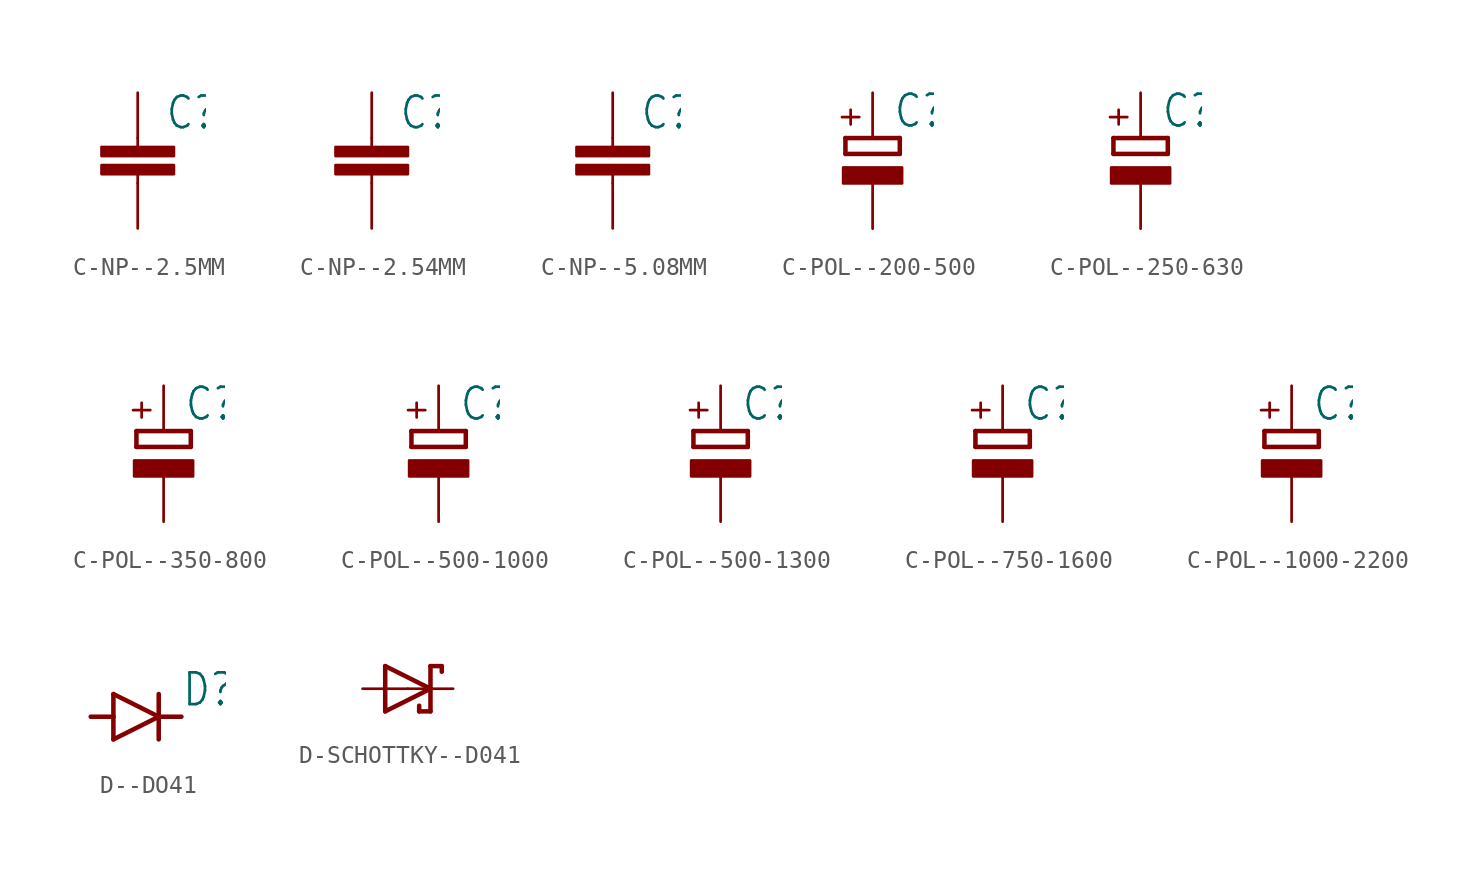
<source format=kicad_sym>
(kicad_symbol_lib
  (version 20231120)
  (generator "kicad_symbol_editor")
  (generator_version "8.0")
  (symbol "C-NP--2.5MM"
    (property "Reference" "C"
      (at 1.524 0.381 0)
      (effects (font (size 1.778 1.511)) (justify left bottom)))
    (property "Value" ""
      (at 1.524 -4.699 0)
      (effects (font (size 1.778 1.511)) (justify left bottom)))
    (property "ki_locked" ""
      (at 0 0 0)
      (effects (font (size 1.27 1.27))))
    (symbol "C-NP--2.5MM_1_0"
      (rectangle (start -2.032 -2.032) (end 2.032 -1.524) (stroke (width 0) (type default)) (fill (type outline)))
      (rectangle (start -2.032 -1.016) (end 2.032 -0.508) (stroke (width 0) (type default)) (fill (type outline)))
      (polyline (pts (xy 0 -2.54) (xy 0 -2.032)) (stroke (width 0.152) (type solid)) (fill (type none)))
      (polyline (pts (xy 0 0) (xy 0 -0.508)) (stroke (width 0.152) (type solid)) (fill (type none)))
      (pin passive line (at 0 2.54 270) (length 2.54) (name "1" (effects (font (size 0 0)))) (number "1" (effects (font (size 0 0)))))
      (pin passive line (at 0 -5.08 90) (length 2.54) (name "2" (effects (font (size 0 0)))) (number "2" (effects (font (size 0 0)))))))
  (symbol "C-NP--2.54MM"
    (property "Reference" "C"
      (at 1.524 0.381 0)
      (effects (font (size 1.778 1.511)) (justify left bottom)))
    (property "Value" ""
      (at 1.524 -4.699 0)
      (effects (font (size 1.778 1.511)) (justify left bottom)))
    (property "ki_locked" ""
      (at 0 0 0)
      (effects (font (size 1.27 1.27))))
    (symbol "C-NP--2.54MM_1_0"
      (rectangle (start -2.032 -2.032) (end 2.032 -1.524) (stroke (width 0) (type default)) (fill (type outline)))
      (rectangle (start -2.032 -1.016) (end 2.032 -0.508) (stroke (width 0) (type default)) (fill (type outline)))
      (polyline (pts (xy 0 -2.54) (xy 0 -2.032)) (stroke (width 0.152) (type solid)) (fill (type none)))
      (polyline (pts (xy 0 0) (xy 0 -0.508)) (stroke (width 0.152) (type solid)) (fill (type none)))
      (pin passive line (at 0 2.54 270) (length 2.54) (name "1" (effects (font (size 0 0)))) (number "1" (effects (font (size 0 0)))))
      (pin passive line (at 0 -5.08 90) (length 2.54) (name "2" (effects (font (size 0 0)))) (number "2" (effects (font (size 0 0)))))))
  (symbol "C-NP--5.08MM"
    (property "Reference" "C"
      (at 1.524 0.381 0)
      (effects (font (size 1.778 1.511)) (justify left bottom)))
    (property "Value" ""
      (at 1.524 -4.699 0)
      (effects (font (size 1.778 1.511)) (justify left bottom)))
    (property "ki_locked" ""
      (at 0 0 0)
      (effects (font (size 1.27 1.27))))
    (symbol "C-NP--5.08MM_1_0"
      (rectangle (start -2.032 -2.032) (end 2.032 -1.524) (stroke (width 0) (type default)) (fill (type outline)))
      (rectangle (start -2.032 -1.016) (end 2.032 -0.508) (stroke (width 0) (type default)) (fill (type outline)))
      (polyline (pts (xy 0 -2.54) (xy 0 -2.032)) (stroke (width 0.152) (type solid)) (fill (type none)))
      (polyline (pts (xy 0 0) (xy 0 -0.508)) (stroke (width 0.152) (type solid)) (fill (type none)))
      (pin passive line (at 0 2.54 270) (length 2.54) (name "1" (effects (font (size 0 0)))) (number "1" (effects (font (size 0 0)))))
      (pin passive line (at 0 -5.08 90) (length 2.54) (name "2" (effects (font (size 0 0)))) (number "2" (effects (font (size 0 0)))))))
  (symbol "C-POL--200-500"
    (property "Reference" "C"
      (at 1.143 0.483 0)
      (effects (font (size 1.778 1.511)) (justify left bottom)))
    (property "Value" ""
      (at 1.143 -4.597 0)
      (effects (font (size 1.778 1.511)) (justify left bottom)))
    (property "ki_locked" ""
      (at 0 0 0)
      (effects (font (size 1.27 1.27))))
    (symbol "C-POL--200-500_1_0"
      (rectangle (start -1.651 -2.54) (end 1.651 -1.651) (stroke (width 0) (type default)) (fill (type outline)))
      (polyline (pts (xy -1.524 -0.889) (xy 1.524 -0.889)) (stroke (width 0.254) (type solid)) (fill (type none)))
      (polyline (pts (xy -1.524 0) (xy -1.524 -0.889)) (stroke (width 0.254) (type solid)) (fill (type none)))
      (polyline (pts (xy -1.524 0) (xy 1.524 0)) (stroke (width 0.254) (type solid)) (fill (type none)))
      (polyline (pts (xy 1.524 -0.889) (xy 1.524 0)) (stroke (width 0.254) (type solid)) (fill (type none)))
      (text "+" (at -0.584 0.406 900) (effects (font (size 1.27 1.079)) (justify left bottom)))
      (pin passive line (at 0 2.54 270) (length 2.54) (name "+" (effects (font (size 0 0)))) (number "+" (effects (font (size 0 0)))))
      (pin passive line (at 0 -5.08 90) (length 2.54) (name "-" (effects (font (size 0 0)))) (number "-" (effects (font (size 0 0)))))))
  (symbol "C-POL--250-630"
    (property "Reference" "C"
      (at 1.143 0.483 0)
      (effects (font (size 1.778 1.511)) (justify left bottom)))
    (property "Value" ""
      (at 1.143 -4.597 0)
      (effects (font (size 1.778 1.511)) (justify left bottom)))
    (property "ki_locked" ""
      (at 0 0 0)
      (effects (font (size 1.27 1.27))))
    (symbol "C-POL--250-630_1_0"
      (rectangle (start -1.651 -2.54) (end 1.651 -1.651) (stroke (width 0) (type default)) (fill (type outline)))
      (polyline (pts (xy -1.524 -0.889) (xy 1.524 -0.889)) (stroke (width 0.254) (type solid)) (fill (type none)))
      (polyline (pts (xy -1.524 0) (xy -1.524 -0.889)) (stroke (width 0.254) (type solid)) (fill (type none)))
      (polyline (pts (xy -1.524 0) (xy 1.524 0)) (stroke (width 0.254) (type solid)) (fill (type none)))
      (polyline (pts (xy 1.524 -0.889) (xy 1.524 0)) (stroke (width 0.254) (type solid)) (fill (type none)))
      (text "+" (at -0.584 0.406 900) (effects (font (size 1.27 1.079)) (justify left bottom)))
      (pin passive line (at 0 2.54 270) (length 2.54) (name "+" (effects (font (size 0 0)))) (number "+" (effects (font (size 0 0)))))
      (pin passive line (at 0 -5.08 90) (length 2.54) (name "-" (effects (font (size 0 0)))) (number "-" (effects (font (size 0 0)))))))
  (symbol "C-POL--350-800"
    (property "Reference" "C"
      (at 1.143 0.483 0)
      (effects (font (size 1.778 1.511)) (justify left bottom)))
    (property "Value" ""
      (at 1.143 -4.597 0)
      (effects (font (size 1.778 1.511)) (justify left bottom)))
    (property "ki_locked" ""
      (at 0 0 0)
      (effects (font (size 1.27 1.27))))
    (symbol "C-POL--350-800_1_0"
      (rectangle (start -1.651 -2.54) (end 1.651 -1.651) (stroke (width 0) (type default)) (fill (type outline)))
      (polyline (pts (xy -1.524 -0.889) (xy 1.524 -0.889)) (stroke (width 0.254) (type solid)) (fill (type none)))
      (polyline (pts (xy -1.524 0) (xy -1.524 -0.889)) (stroke (width 0.254) (type solid)) (fill (type none)))
      (polyline (pts (xy -1.524 0) (xy 1.524 0)) (stroke (width 0.254) (type solid)) (fill (type none)))
      (polyline (pts (xy 1.524 -0.889) (xy 1.524 0)) (stroke (width 0.254) (type solid)) (fill (type none)))
      (text "+" (at -0.584 0.406 900) (effects (font (size 1.27 1.079)) (justify left bottom)))
      (pin passive line (at 0 2.54 270) (length 2.54) (name "+" (effects (font (size 0 0)))) (number "+" (effects (font (size 0 0)))))
      (pin passive line (at 0 -5.08 90) (length 2.54) (name "-" (effects (font (size 0 0)))) (number "-" (effects (font (size 0 0)))))))
  (symbol "C-POL--500-1000"
    (property "Reference" "C"
      (at 1.143 0.483 0)
      (effects (font (size 1.778 1.511)) (justify left bottom)))
    (property "Value" ""
      (at 1.143 -4.597 0)
      (effects (font (size 1.778 1.511)) (justify left bottom)))
    (property "ki_locked" ""
      (at 0 0 0)
      (effects (font (size 1.27 1.27))))
    (symbol "C-POL--500-1000_1_0"
      (rectangle (start -1.651 -2.54) (end 1.651 -1.651) (stroke (width 0) (type default)) (fill (type outline)))
      (polyline (pts (xy -1.524 -0.889) (xy 1.524 -0.889)) (stroke (width 0.254) (type solid)) (fill (type none)))
      (polyline (pts (xy -1.524 0) (xy -1.524 -0.889)) (stroke (width 0.254) (type solid)) (fill (type none)))
      (polyline (pts (xy -1.524 0) (xy 1.524 0)) (stroke (width 0.254) (type solid)) (fill (type none)))
      (polyline (pts (xy 1.524 -0.889) (xy 1.524 0)) (stroke (width 0.254) (type solid)) (fill (type none)))
      (text "+" (at -0.584 0.406 900) (effects (font (size 1.27 1.079)) (justify left bottom)))
      (pin passive line (at 0 2.54 270) (length 2.54) (name "+" (effects (font (size 0 0)))) (number "+" (effects (font (size 0 0)))))
      (pin passive line (at 0 -5.08 90) (length 2.54) (name "-" (effects (font (size 0 0)))) (number "-" (effects (font (size 0 0)))))))
  (symbol "C-POL--500-1300"
    (property "Reference" "C"
      (at 1.143 0.483 0)
      (effects (font (size 1.778 1.511)) (justify left bottom)))
    (property "Value" ""
      (at 1.143 -4.597 0)
      (effects (font (size 1.778 1.511)) (justify left bottom)))
    (property "ki_locked" ""
      (at 0 0 0)
      (effects (font (size 1.27 1.27))))
    (symbol "C-POL--500-1300_1_0"
      (rectangle (start -1.651 -2.54) (end 1.651 -1.651) (stroke (width 0) (type default)) (fill (type outline)))
      (polyline (pts (xy -1.524 -0.889) (xy 1.524 -0.889)) (stroke (width 0.254) (type solid)) (fill (type none)))
      (polyline (pts (xy -1.524 0) (xy -1.524 -0.889)) (stroke (width 0.254) (type solid)) (fill (type none)))
      (polyline (pts (xy -1.524 0) (xy 1.524 0)) (stroke (width 0.254) (type solid)) (fill (type none)))
      (polyline (pts (xy 1.524 -0.889) (xy 1.524 0)) (stroke (width 0.254) (type solid)) (fill (type none)))
      (text "+" (at -0.584 0.406 900) (effects (font (size 1.27 1.079)) (justify left bottom)))
      (pin passive line (at 0 2.54 270) (length 2.54) (name "+" (effects (font (size 0 0)))) (number "+" (effects (font (size 0 0)))))
      (pin passive line (at 0 -5.08 90) (length 2.54) (name "-" (effects (font (size 0 0)))) (number "-" (effects (font (size 0 0)))))))
  (symbol "C-POL--750-1600"
    (property "Reference" "C"
      (at 1.143 0.483 0)
      (effects (font (size 1.778 1.511)) (justify left bottom)))
    (property "Value" ""
      (at 1.143 -4.597 0)
      (effects (font (size 1.778 1.511)) (justify left bottom)))
    (property "ki_locked" ""
      (at 0 0 0)
      (effects (font (size 1.27 1.27))))
    (symbol "C-POL--750-1600_1_0"
      (rectangle (start -1.651 -2.54) (end 1.651 -1.651) (stroke (width 0) (type default)) (fill (type outline)))
      (polyline (pts (xy -1.524 -0.889) (xy 1.524 -0.889)) (stroke (width 0.254) (type solid)) (fill (type none)))
      (polyline (pts (xy -1.524 0) (xy -1.524 -0.889)) (stroke (width 0.254) (type solid)) (fill (type none)))
      (polyline (pts (xy -1.524 0) (xy 1.524 0)) (stroke (width 0.254) (type solid)) (fill (type none)))
      (polyline (pts (xy 1.524 -0.889) (xy 1.524 0)) (stroke (width 0.254) (type solid)) (fill (type none)))
      (text "+" (at -0.584 0.406 900) (effects (font (size 1.27 1.079)) (justify left bottom)))
      (pin passive line (at 0 2.54 270) (length 2.54) (name "+" (effects (font (size 0 0)))) (number "+" (effects (font (size 0 0)))))
      (pin passive line (at 0 -5.08 90) (length 2.54) (name "-" (effects (font (size 0 0)))) (number "-" (effects (font (size 0 0)))))))
  (symbol "C-POL--1000-2200"
    (property "Reference" "C"
      (at 1.143 0.483 0)
      (effects (font (size 1.778 1.511)) (justify left bottom)))
    (property "Value" ""
      (at 1.143 -4.597 0)
      (effects (font (size 1.778 1.511)) (justify left bottom)))
    (property "ki_locked" ""
      (at 0 0 0)
      (effects (font (size 1.27 1.27))))
    (symbol "C-POL--1000-2200_1_0"
      (rectangle (start -1.651 -2.54) (end 1.651 -1.651) (stroke (width 0) (type default)) (fill (type outline)))
      (polyline (pts (xy -1.524 -0.889) (xy 1.524 -0.889)) (stroke (width 0.254) (type solid)) (fill (type none)))
      (polyline (pts (xy -1.524 0) (xy -1.524 -0.889)) (stroke (width 0.254) (type solid)) (fill (type none)))
      (polyline (pts (xy -1.524 0) (xy 1.524 0)) (stroke (width 0.254) (type solid)) (fill (type none)))
      (polyline (pts (xy 1.524 -0.889) (xy 1.524 0)) (stroke (width 0.254) (type solid)) (fill (type none)))
      (text "+" (at -0.584 0.406 900) (effects (font (size 1.27 1.079)) (justify left bottom)))
      (pin passive line (at 0 2.54 270) (length 2.54) (name "+" (effects (font (size 0 0)))) (number "+" (effects (font (size 0 0)))))
      (pin passive line (at 0 -5.08 90) (length 2.54) (name "-" (effects (font (size 0 0)))) (number "-" (effects (font (size 0 0)))))))
  (symbol "D--DO41"
    (property "Reference" "D"
      (at 2.54 0.483 0)
      (effects (font (size 1.778 1.511)) (justify left bottom)))
    (property "Value" ""
      (at 2.54 -2.311 0)
      (effects (font (size 1.778 1.511)) (justify left bottom)))
    (property "ki_locked" ""
      (at 0 0 0)
      (effects (font (size 1.27 1.27))))
    (symbol "D--DO41_1_0"
      (polyline (pts (xy -2.54 0) (xy -1.27 0)) (stroke (width 0.254) (type solid)) (fill (type none)))
      (polyline (pts (xy -1.27 -1.27) (xy 1.27 0)) (stroke (width 0.254) (type solid)) (fill (type none)))
      (polyline (pts (xy -1.27 0) (xy -1.27 -1.27)) (stroke (width 0.254) (type solid)) (fill (type none)))
      (polyline (pts (xy -1.27 1.27) (xy -1.27 0)) (stroke (width 0.254) (type solid)) (fill (type none)))
      (polyline (pts (xy 1.27 0) (xy -1.27 1.27)) (stroke (width 0.254) (type solid)) (fill (type none)))
      (polyline (pts (xy 1.27 0) (xy 1.27 -1.27)) (stroke (width 0.254) (type solid)) (fill (type none)))
      (polyline (pts (xy 1.27 0) (xy 2.54 0)) (stroke (width 0.254) (type solid)) (fill (type none)))
      (polyline (pts (xy 1.27 1.27) (xy 1.27 0)) (stroke (width 0.254) (type solid)) (fill (type none)))
      (pin passive line (at -2.54 0 0) (length 0) (name "A" (effects (font (size 0 0)))) (number "A" (effects (font (size 0 0)))))
      (pin passive line (at 2.54 0 180) (length 0) (name "C" (effects (font (size 0 0)))) (number "C" (effects (font (size 0 0)))))))
  (symbol "D-SCHOTTKY--D041"
    (property "Reference" ""
      (at 2.54 0.483 0)
      (effects (font (size 1.778 1.511)) (justify left bottom) (hide yes)))
    (property "Value" ""
      (at 2.54 -2.311 0)
      (effects (font (size 1.778 1.511)) (justify left bottom)))
    (property "ki_locked" ""
      (at 0 0 0)
      (effects (font (size 1.27 1.27))))
    (symbol "D-SCHOTTKY--D041_1_0"
      (polyline (pts (xy -1.27 -1.27) (xy 1.27 0)) (stroke (width 0.254) (type solid)) (fill (type none)))
      (polyline (pts (xy -1.27 1.27) (xy -1.27 -1.27)) (stroke (width 0.254) (type solid)) (fill (type none)))
      (polyline (pts (xy 0.635 -1.27) (xy 0.635 -0.953)) (stroke (width 0.254) (type solid)) (fill (type none)))
      (polyline (pts (xy 1.27 -1.27) (xy 0.635 -1.27)) (stroke (width 0.254) (type solid)) (fill (type none)))
      (polyline (pts (xy 1.27 0) (xy -1.27 1.27)) (stroke (width 0.254) (type solid)) (fill (type none)))
      (polyline (pts (xy 1.27 0) (xy 1.27 -1.27)) (stroke (width 0.254) (type solid)) (fill (type none)))
      (polyline (pts (xy 1.27 1.27) (xy 1.27 0)) (stroke (width 0.254) (type solid)) (fill (type none)))
      (polyline (pts (xy 1.27 1.27) (xy 1.905 1.27)) (stroke (width 0.254) (type solid)) (fill (type none)))
      (polyline (pts (xy 1.905 1.27) (xy 1.905 0.953)) (stroke (width 0.254) (type solid)) (fill (type none)))
      (pin passive line (at -2.54 0 0) (length 2.54) (name "A" (effects (font (size 0 0)))) (number "A" (effects (font (size 0 0)))))
      (pin passive line (at 2.54 0 180) (length 2.54) (name "C" (effects (font (size 0 0)))) (number "C" (effects (font (size 0 0))))))))
</source>
